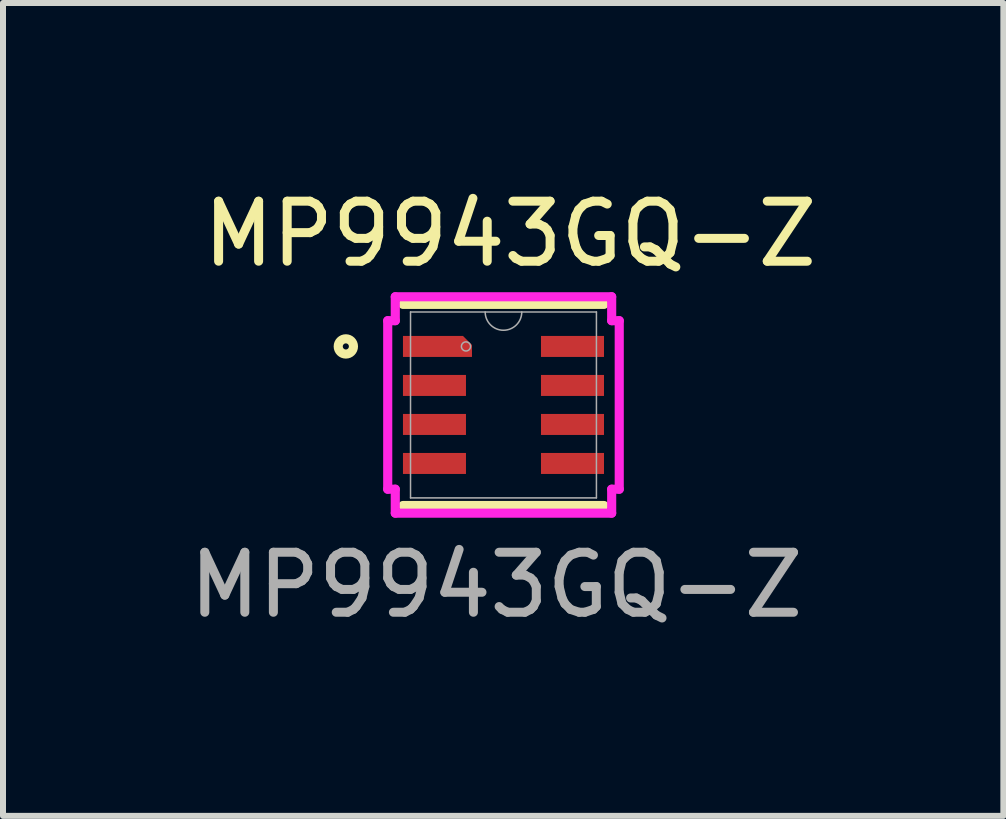
<source format=kicad_pcb>
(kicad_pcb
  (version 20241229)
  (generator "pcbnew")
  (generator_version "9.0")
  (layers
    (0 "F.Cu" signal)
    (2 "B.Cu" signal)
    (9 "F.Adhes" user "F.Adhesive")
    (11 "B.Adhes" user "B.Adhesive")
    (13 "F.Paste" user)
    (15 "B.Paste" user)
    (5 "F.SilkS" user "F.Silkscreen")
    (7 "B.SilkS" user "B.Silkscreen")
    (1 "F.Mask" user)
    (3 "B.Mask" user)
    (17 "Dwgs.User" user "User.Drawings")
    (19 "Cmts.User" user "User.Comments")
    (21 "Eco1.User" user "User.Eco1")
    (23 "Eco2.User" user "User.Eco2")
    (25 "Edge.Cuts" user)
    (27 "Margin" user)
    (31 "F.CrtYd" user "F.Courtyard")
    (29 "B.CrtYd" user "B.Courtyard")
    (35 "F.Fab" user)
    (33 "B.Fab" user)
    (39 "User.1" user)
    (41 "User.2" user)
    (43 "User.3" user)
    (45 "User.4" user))
  (footprint "MP9943GQ-Z"
    (layer "F.Cu")
    (at 5.34 3.698)
    (property "Reference" "MP9943GQ-Z" (at 0.11 -2.85 0) (unlocked yes) (layer "F.SilkS") (effects (font (size 1 1) (thickness 0.15))))
    (attr smd)
    (fp_poly (pts (xy -1.675 -1.15) (xy -1.675 -0.8) (xy -0.525 -0.8) (xy -0.525 -1) (xy -0.675 -1.15)) (stroke (width 0) (type solid)) (fill yes) (layer "F.Cu"))
    (fp_poly (pts (xy -1.675 -1.15) (xy -1.675 -0.8) (xy -0.525 -0.8) (xy -0.525 -1) (xy -0.675 -1.15)) (stroke (width 0) (type solid)) (fill yes) (layer "F.Mask"))
    (fp_line (start -1.676 1.676) (end 1.676 1.676) (stroke (width 0.152) (type solid)) (layer "F.SilkS"))
    (fp_line (start 1.676 -1.676) (end -1.676 -1.676) (stroke (width 0.152) (type solid)) (layer "F.SilkS"))
    (fp_circle (center -2.627 -0.975) (end -2.5 -0.975) (stroke (width 0.152) (type solid)) (fill no) (layer "F.SilkS"))
    (fp_poly (pts (xy -1.675 -1.15) (xy -1.675 -0.8) (xy -0.525 -0.8) (xy -0.525 -1) (xy -0.675 -1.15)) (stroke (width 0) (type solid)) (fill yes) (layer "F.Paste"))
    (fp_line (start -1.929 -1.404) (end -1.803 -1.404) (stroke (width 0.152) (type solid)) (layer "F.CrtYd"))
    (fp_line (start -1.929 1.404) (end -1.929 -1.404) (stroke (width 0.152) (type solid)) (layer "F.CrtYd"))
    (fp_line (start -1.929 1.404) (end -1.803 1.404) (stroke (width 0.152) (type solid)) (layer "F.CrtYd"))
    (fp_line (start -1.803 -1.803) (end 1.803 -1.803) (stroke (width 0.152) (type solid)) (layer "F.CrtYd"))
    (fp_line (start -1.803 -1.404) (end -1.803 -1.803) (stroke (width 0.152) (type solid)) (layer "F.CrtYd"))
    (fp_line (start -1.803 1.803) (end -1.803 1.404) (stroke (width 0.152) (type solid)) (layer "F.CrtYd"))
    (fp_line (start 1.803 -1.803) (end 1.803 -1.404) (stroke (width 0.152) (type solid)) (layer "F.CrtYd"))
    (fp_line (start 1.803 1.404) (end 1.803 1.803) (stroke (width 0.152) (type solid)) (layer "F.CrtYd"))
    (fp_line (start 1.803 1.803) (end -1.803 1.803) (stroke (width 0.152) (type solid)) (layer "F.CrtYd"))
    (fp_line (start 1.929 -1.404) (end 1.803 -1.404) (stroke (width 0.152) (type solid)) (layer "F.CrtYd"))
    (fp_line (start 1.929 -1.404) (end 1.929 1.404) (stroke (width 0.152) (type solid)) (layer "F.CrtYd"))
    (fp_line (start 1.929 1.404) (end 1.803 1.404) (stroke (width 0.152) (type solid)) (layer "F.CrtYd"))
    (fp_line (start -1.549 -1.549) (end -1.549 1.549) (stroke (width 0.025) (type solid)) (layer "F.Fab"))
    (fp_line (start -1.549 1.549) (end 1.549 1.549) (stroke (width 0.025) (type solid)) (layer "F.Fab"))
    (fp_line (start 1.549 -1.549) (end -1.549 -1.549) (stroke (width 0.025) (type solid)) (layer "F.Fab"))
    (fp_line (start 1.549 1.549) (end 1.549 -1.549) (stroke (width 0.025) (type solid)) (layer "F.Fab"))
    (fp_arc (start 0.3048 -1.5494) (mid 0 -1.2446) (end -0.3048 -1.5494) (stroke (width 0.0254) (type solid)) (layer "F.Fab"))
    (fp_circle (center -0.625 -0.975) (end -0.549 -0.975) (stroke (width 0.025) (type solid)) (fill no) (layer "F.Fab"))
    (fp_text user "${REFERENCE}" (at -0.12 3 0) (unlocked yes) (layer "F.Fab") (effects (font (size 1 1) (thickness 0.15))))
    (pad "1" smd rect (at -1.1 -0.975) (size 0.127 0.127) (layers "F.Cu" "F.Mask" "F.Paste"))
    (pad "2" smd rect (at -1.15 -0.325) (size 1.05 0.35) (layers "F.Cu" "F.Mask" "F.Paste"))
    (pad "3" smd rect (at -1.15 0.325) (size 1.05 0.35) (layers "F.Cu" "F.Mask" "F.Paste"))
    (pad "4" smd rect (at -1.15 0.975) (size 1.05 0.35) (layers "F.Cu" "F.Mask" "F.Paste"))
    (pad "5" smd rect (at 1.15 0.975) (size 1.05 0.35) (layers "F.Cu" "F.Mask" "F.Paste"))
    (pad "6" smd rect (at 1.15 0.325) (size 1.05 0.35) (layers "F.Cu" "F.Mask" "F.Paste"))
    (pad "7" smd rect (at 1.15 -0.325) (size 1.05 0.35) (layers "F.Cu" "F.Mask" "F.Paste"))
    (pad "8" smd rect (at 1.15 -0.975) (size 1.05 0.35) (layers "F.Cu" "F.Mask" "F.Paste")))
  (gr_rect
    (start -3 -3)
    (end 13.67 10.546)
    (stroke (width 0.1) (type default))
    (fill no)
    (layer "Edge.Cuts")))
</source>
